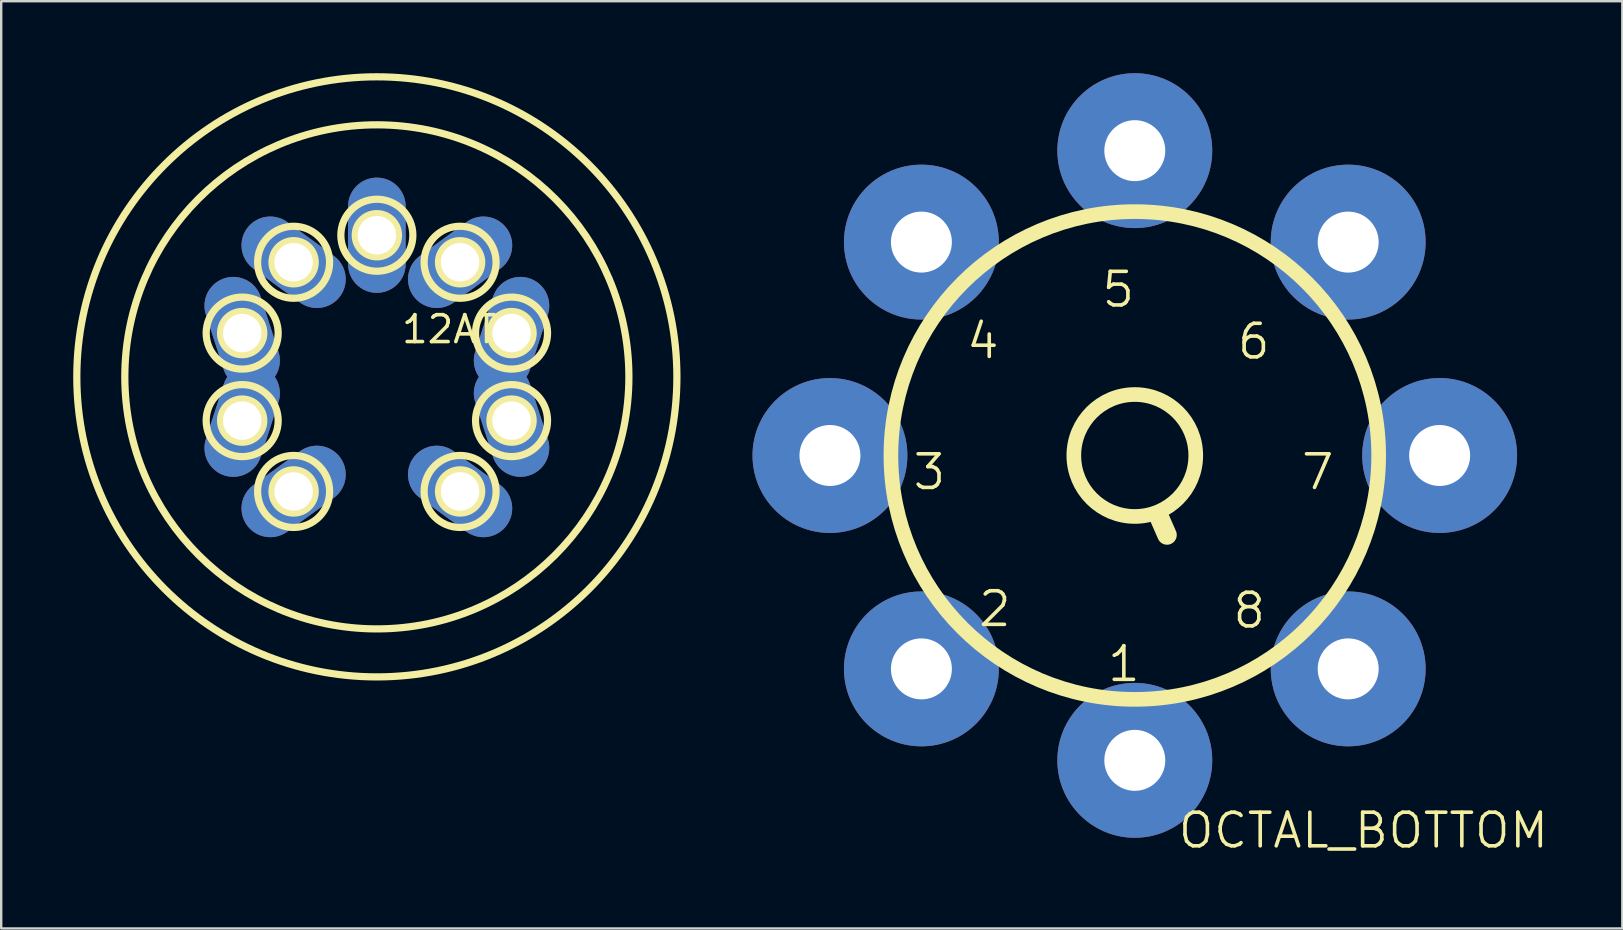
<source format=kicad_pcb>
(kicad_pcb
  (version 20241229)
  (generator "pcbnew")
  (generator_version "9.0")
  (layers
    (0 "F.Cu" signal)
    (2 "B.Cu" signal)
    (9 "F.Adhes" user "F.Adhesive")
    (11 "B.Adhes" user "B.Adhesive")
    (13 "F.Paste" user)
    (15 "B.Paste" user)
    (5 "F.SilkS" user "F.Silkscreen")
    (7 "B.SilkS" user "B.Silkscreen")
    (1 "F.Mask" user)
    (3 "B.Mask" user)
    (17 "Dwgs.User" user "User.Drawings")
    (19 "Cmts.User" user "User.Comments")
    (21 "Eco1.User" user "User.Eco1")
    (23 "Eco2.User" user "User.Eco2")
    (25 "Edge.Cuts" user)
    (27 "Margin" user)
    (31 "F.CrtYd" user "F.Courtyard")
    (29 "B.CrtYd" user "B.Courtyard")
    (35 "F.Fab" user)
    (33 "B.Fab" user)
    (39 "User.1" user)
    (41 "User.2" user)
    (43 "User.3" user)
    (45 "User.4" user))
  (footprint "OCTAL_BOTTOM"
    (layer "F.Cu")
    (at 44.226 15.926)
    (property "Reference" "OCTAL_BOTTOM" (at 9.525 15.621 0) (layer "F.SilkS") (effects (font (size 1.4 1.4) (thickness 0.15))))
    (attr through_hole)
    (fp_line (start 0.985 2.494) (end 1.342 3.311) (stroke (width 0.813) (type solid)) (layer "F.SilkS"))
    (fp_circle (center 0 0) (end 2.54 0) (stroke (width 0.61) (type solid)) (fill no) (layer "F.SilkS"))
    (fp_circle (center 0 0) (end 10.16 0) (stroke (width 0.61) (type solid)) (fill no) (layer "F.SilkS"))
    (fp_text user "1" (at -0.457 8.684 0) (layer "F.SilkS") (effects (font (size 1.4 1.4) (thickness 0.15))))
    (fp_text user "4" (at -6.331 -4.767 0) (layer "F.SilkS") (effects (font (size 1.4 1.4) (thickness 0.15))))
    (fp_text user "7" (at 7.62 0.689 0) (layer "F.SilkS") (effects (font (size 1.4 1.4) (thickness 0.15))))
    (fp_text user "2" (at -5.831 6.395 0) (layer "F.SilkS") (effects (font (size 1.4 1.4) (thickness 0.15))))
    (fp_text user "3" (at -8.558 0.689 0) (layer "F.SilkS") (effects (font (size 1.4 1.4) (thickness 0.15))))
    (fp_text user "5" (at -0.688 -6.913 0) (layer "F.SilkS") (effects (font (size 1.4 1.4) (thickness 0.15))))
    (fp_text user "6" (at 4.955 -4.749 0) (layer "F.SilkS") (effects (font (size 1.4 1.4) (thickness 0.15))))
    (fp_text user "8" (at 4.767 6.458 0) (layer "F.SilkS") (effects (font (size 1.4 1.4) (thickness 0.15))))
    (pad "1" thru_hole circle (at 0 12.7) (size 6.452 6.452) (drill 2.54) (layers "*.Cu" "*.Mask"))
    (pad "2" thru_hole circle (at -8.89 8.89) (size 6.452 6.452) (drill 2.54) (layers "*.Cu" "*.Mask"))
    (pad "3" thru_hole circle (at -12.7 0) (size 6.452 6.452) (drill 2.54) (layers "*.Cu" "*.Mask"))
    (pad "4" thru_hole circle (at -8.89 -8.89) (size 6.452 6.452) (drill 2.54) (layers "*.Cu" "*.Mask"))
    (pad "5" thru_hole circle (at 0 -12.7) (size 6.452 6.452) (drill 2.54) (layers "*.Cu" "*.Mask"))
    (pad "6" thru_hole circle (at 8.89 -8.89) (size 6.452 6.452) (drill 2.54) (layers "*.Cu" "*.Mask"))
    (pad "7" thru_hole circle (at 12.7 0) (size 6.452 6.452) (drill 2.54) (layers "*.Cu" "*.Mask"))
    (pad "8" thru_hole circle (at 8.89 8.89) (size 6.452 6.452) (drill 2.54) (layers "*.Cu" "*.Mask")))
  (footprint "12AT7"
    (layer "F.Cu")
    (at 12.65 12.65)
    (property "Reference" "12AT7" (at 3.556 -1.981 0) (layer "F.SilkS") (effects (font (size 1.12 1.12) (thickness 0.15))))
    (attr through_hole)
    (fp_circle (center -5.611 -1.823) (end -4.711 -1.823) (stroke (width 0.3) (type solid)) (fill no) (layer "F.SilkS"))
    (fp_circle (center -5.611 -1.823) (end -4.111 -1.823) (stroke (width 0.3) (type solid)) (fill no) (layer "F.SilkS"))
    (fp_circle (center -5.611 1.823) (end -4.711 1.823) (stroke (width 0.3) (type solid)) (fill no) (layer "F.SilkS"))
    (fp_circle (center -5.611 1.823) (end -4.111 1.823) (stroke (width 0.3) (type solid)) (fill no) (layer "F.SilkS"))
    (fp_circle (center -3.468 -4.774) (end -2.568 -4.774) (stroke (width 0.3) (type solid)) (fill no) (layer "F.SilkS"))
    (fp_circle (center -3.468 -4.774) (end -1.968 -4.774) (stroke (width 0.3) (type solid)) (fill no) (layer "F.SilkS"))
    (fp_circle (center -3.468 4.774) (end -2.568 4.774) (stroke (width 0.3) (type solid)) (fill no) (layer "F.SilkS"))
    (fp_circle (center -3.468 4.774) (end -1.968 4.774) (stroke (width 0.3) (type solid)) (fill no) (layer "F.SilkS"))
    (fp_circle (center 0 -5.9) (end 0.9 -5.9) (stroke (width 0.3) (type solid)) (fill no) (layer "F.SilkS"))
    (fp_circle (center 0 -5.9) (end 1.5 -5.9) (stroke (width 0.3) (type solid)) (fill no) (layer "F.SilkS"))
    (fp_circle (center 0 0) (end 10.5 0) (stroke (width 0.3) (type solid)) (fill no) (layer "F.SilkS"))
    (fp_circle (center 0 0) (end 12.5 0) (stroke (width 0.3) (type solid)) (fill no) (layer "F.SilkS"))
    (fp_circle (center 3.468 -4.774) (end 4.368 -4.774) (stroke (width 0.3) (type solid)) (fill no) (layer "F.SilkS"))
    (fp_circle (center 3.468 -4.774) (end 4.968 -4.774) (stroke (width 0.3) (type solid)) (fill no) (layer "F.SilkS"))
    (fp_circle (center 3.468 4.774) (end 4.368 4.774) (stroke (width 0.3) (type solid)) (fill no) (layer "F.SilkS"))
    (fp_circle (center 3.468 4.774) (end 4.968 4.774) (stroke (width 0.3) (type solid)) (fill no) (layer "F.SilkS"))
    (fp_circle (center 5.611 -1.823) (end 6.511 -1.823) (stroke (width 0.3) (type solid)) (fill no) (layer "F.SilkS"))
    (fp_circle (center 5.611 -1.823) (end 7.111 -1.823) (stroke (width 0.3) (type solid)) (fill no) (layer "F.SilkS"))
    (fp_circle (center 5.611 1.823) (end 6.511 1.823) (stroke (width 0.3) (type solid)) (fill no) (layer "F.SilkS"))
    (fp_circle (center 5.611 1.823) (end 7.111 1.823) (stroke (width 0.3) (type solid)) (fill no) (layer "F.SilkS"))
    (pad "1" thru_hole oval (at 3.468 4.774 54) (size 2.4 4.8) (drill 1.6) (layers "*.Cu" "*.Mask"))
    (pad "2" thru_hole oval (at 5.611 1.823 18) (size 2.4 4.8) (drill 1.6) (layers "*.Cu" "*.Mask"))
    (pad "3" thru_hole oval (at 5.611 -1.823 342) (size 2.4 4.8) (drill 1.6) (layers "*.Cu" "*.Mask"))
    (pad "4" thru_hole oval (at 3.468 -4.774 306) (size 2.4 4.8) (drill 1.6) (layers "*.Cu" "*.Mask"))
    (pad "5" thru_hole oval (at 0 -5.9) (size 2.4 4.8) (drill 1.6) (layers "*.Cu" "*.Mask"))
    (pad "6" thru_hole oval (at -3.468 -4.774 234) (size 2.4 4.8) (drill 1.6) (layers "*.Cu" "*.Mask"))
    (pad "7" thru_hole oval (at -5.611 -1.823 198) (size 2.4 4.8) (drill 1.6) (layers "*.Cu" "*.Mask"))
    (pad "8" thru_hole oval (at -5.611 1.823 162) (size 2.4 4.8) (drill 1.6) (layers "*.Cu" "*.Mask"))
    (pad "9" thru_hole oval (at -3.468 4.774 126) (size 2.4 4.8) (drill 1.6) (layers "*.Cu" "*.Mask")))
  (gr_rect
    (start -3 -3)
    (end 64.536 35.629)
    (stroke (width 0.1) (type default))
    (fill no)
    (layer "Edge.Cuts")))
</source>
